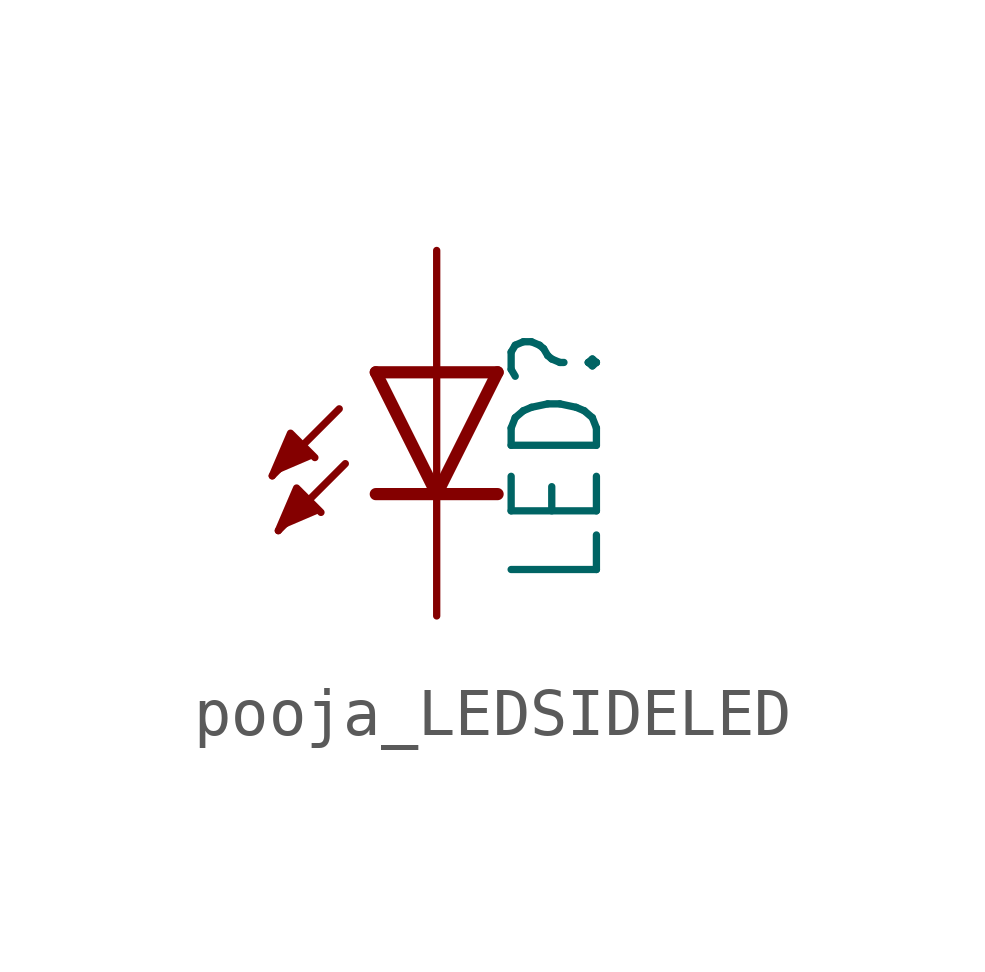
<source format=kicad_sym>
(kicad_symbol_lib
  (version 20220914)
  (generator kicad_symbol_editor)
  (symbol "pooja_LEDSIDELED"
    (property "Reference" "LED"
      (at 3.556 -4.572 90)
      (effects (font (size 1.778 1.511)) (justify left bottom)))
    (property "Value" ""
      (at 5.715 -4.572 90)
      (effects (font (size 1.778 1.511)) (justify left bottom)))
    (property "ki_locked" ""
      (at 0 0 0)
      (effects (font (size 1.27 1.27))))
    (symbol "pooja_LEDSIDELED_1_0"
      (polyline (pts (xy -2.032 -0.762) (xy -3.429 -2.159)) (stroke (width 0.152) (type solid)) (fill (type none)))
      (polyline (pts (xy -1.905 -1.905) (xy -3.302 -3.302)) (stroke (width 0.152) (type solid)) (fill (type none)))
      (polyline (pts (xy 0 -2.54) (xy -1.27 -2.54)) (stroke (width 0.254) (type solid)) (fill (type none)))
      (polyline (pts (xy 0 -2.54) (xy -1.27 0)) (stroke (width 0.254) (type solid)) (fill (type none)))
      (polyline (pts (xy 0 0) (xy -1.27 0)) (stroke (width 0.254) (type solid)) (fill (type none)))
      (polyline (pts (xy 0 0) (xy 0 -2.54)) (stroke (width 0.152) (type solid)) (fill (type none)))
      (polyline (pts (xy 1.27 -2.54) (xy 0 -2.54)) (stroke (width 0.254) (type solid)) (fill (type none)))
      (polyline (pts (xy 1.27 0) (xy 0 -2.54)) (stroke (width 0.254) (type solid)) (fill (type none)))
      (polyline (pts (xy 1.27 0) (xy 0 0)) (stroke (width 0.254) (type solid)) (fill (type none)))
      (polyline (pts (xy -3.429 -2.159) (xy -3.048 -1.27) (xy -2.54 -1.778)) (stroke (width 0.152) (type solid)) (fill (type outline)))
      (polyline (pts (xy -3.302 -3.302) (xy -2.921 -2.413) (xy -2.413 -2.921)) (stroke (width 0.152) (type solid)) (fill (type outline)))
      (pin passive line (at 0 2.54 270) (length 2.54) (name "A" (effects (font (size 0 0)))) (number "A" (effects (font (size 0 0)))))
      (pin passive line (at 0 -5.08 90) (length 2.54) (name "C" (effects (font (size 0 0)))) (number "C" (effects (font (size 0 0))))))))
</source>
